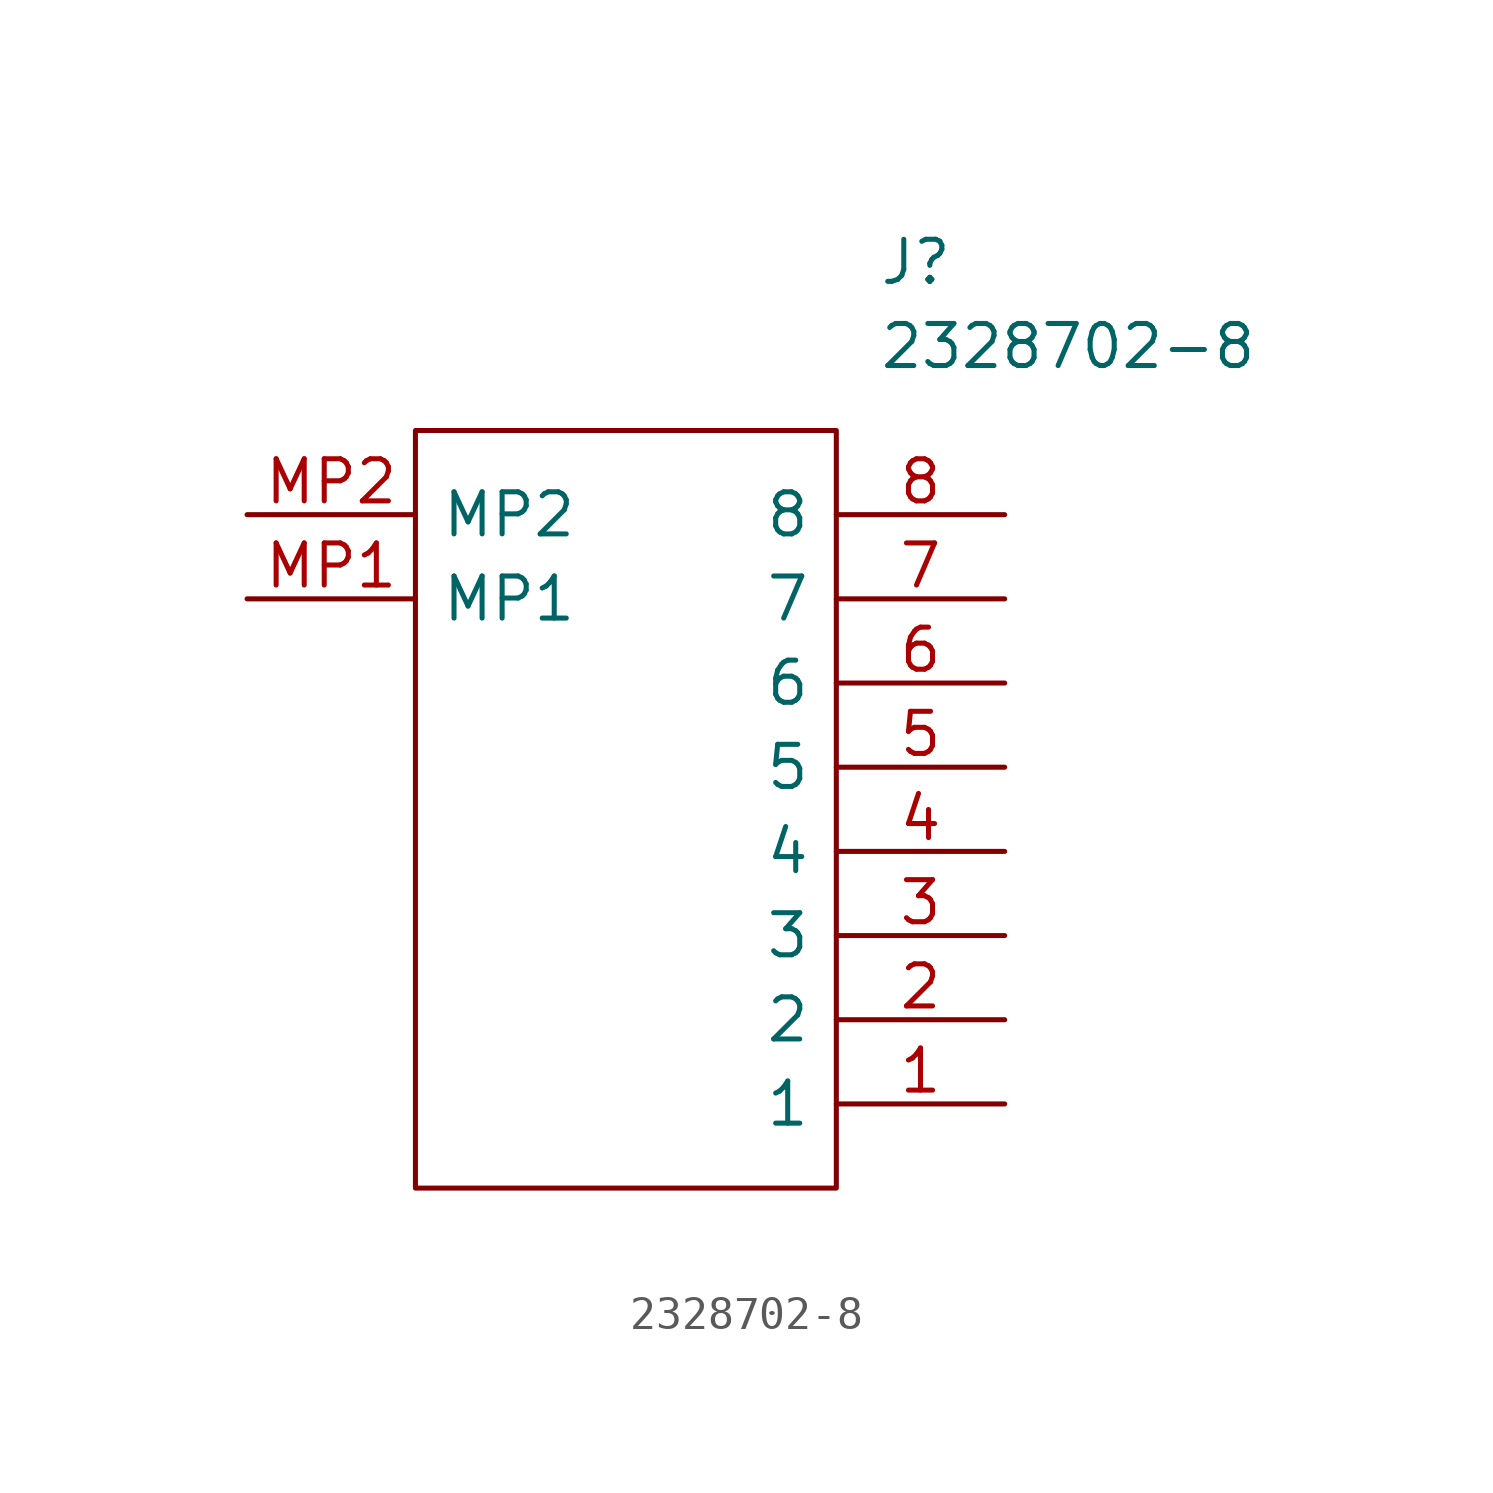
<source format=kicad_sym>
(kicad_symbol_lib
  (version 20211014)
  (generator kicad_symbol_editor)
  (symbol "2328702-8"
    (pin_names
      (offset 0.762))
    (property "Reference" "J"
      (at 19.05 7.62 0)
      (effects (font (size 1.27 1.27)) (justify left)))
    (property "Value" "2328702-8"
      (at 19.05 5.08 0)
      (effects (font (size 1.27 1.27)) (justify left)))
    (symbol "2328702-8_0_0"
      (pin passive line (at 22.86 -17.78 180) (length 5.08) (name "1" (effects (font (size 1.27 1.27)))) (number "1" (effects (font (size 1.27 1.27)))))
      (pin passive line (at 22.86 -15.24 180) (length 5.08) (name "2" (effects (font (size 1.27 1.27)))) (number "2" (effects (font (size 1.27 1.27)))))
      (pin passive line (at 22.86 -12.7 180) (length 5.08) (name "3" (effects (font (size 1.27 1.27)))) (number "3" (effects (font (size 1.27 1.27)))))
      (pin passive line (at 22.86 -10.16 180) (length 5.08) (name "4" (effects (font (size 1.27 1.27)))) (number "4" (effects (font (size 1.27 1.27)))))
      (pin passive line (at 22.86 -7.62 180) (length 5.08) (name "5" (effects (font (size 1.27 1.27)))) (number "5" (effects (font (size 1.27 1.27)))))
      (pin passive line (at 22.86 -5.08 180) (length 5.08) (name "6" (effects (font (size 1.27 1.27)))) (number "6" (effects (font (size 1.27 1.27)))))
      (pin passive line (at 22.86 -2.54 180) (length 5.08) (name "7" (effects (font (size 1.27 1.27)))) (number "7" (effects (font (size 1.27 1.27)))))
      (pin passive line (at 22.86 0 180) (length 5.08) (name "8" (effects (font (size 1.27 1.27)))) (number "8" (effects (font (size 1.27 1.27)))))
      (pin passive line (at 0 -2.54 0) (length 5.08) (name "MP1" (effects (font (size 1.27 1.27)))) (number "MP1" (effects (font (size 1.27 1.27)))))
      (pin passive line (at 0 0 0) (length 5.08) (name "MP2" (effects (font (size 1.27 1.27)))) (number "MP2" (effects (font (size 1.27 1.27))))))
    (symbol "2328702-8_0_1"
      (polyline (pts (xy 5.08 2.54) (xy 17.78 2.54) (xy 17.78 -20.32) (xy 5.08 -20.32) (xy 5.08 2.54)) (stroke (width 0.152) (type default) (color 0 0 0 0)) (fill (type none))))))
</source>
